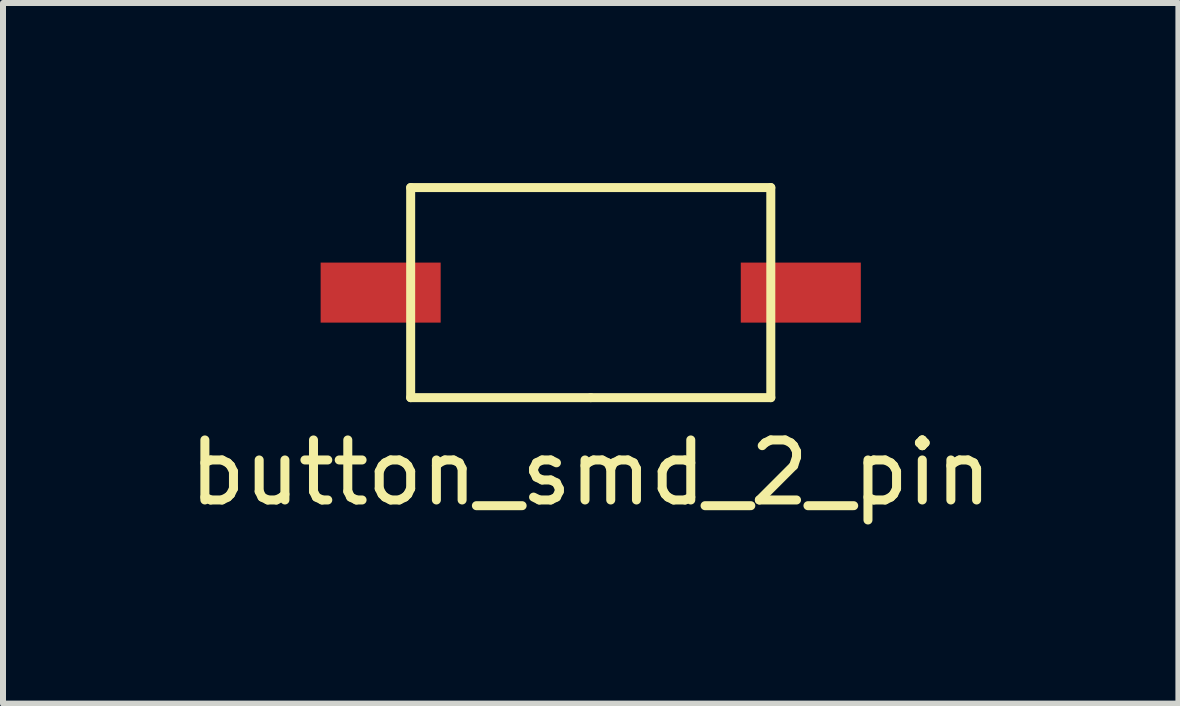
<source format=kicad_pcb>
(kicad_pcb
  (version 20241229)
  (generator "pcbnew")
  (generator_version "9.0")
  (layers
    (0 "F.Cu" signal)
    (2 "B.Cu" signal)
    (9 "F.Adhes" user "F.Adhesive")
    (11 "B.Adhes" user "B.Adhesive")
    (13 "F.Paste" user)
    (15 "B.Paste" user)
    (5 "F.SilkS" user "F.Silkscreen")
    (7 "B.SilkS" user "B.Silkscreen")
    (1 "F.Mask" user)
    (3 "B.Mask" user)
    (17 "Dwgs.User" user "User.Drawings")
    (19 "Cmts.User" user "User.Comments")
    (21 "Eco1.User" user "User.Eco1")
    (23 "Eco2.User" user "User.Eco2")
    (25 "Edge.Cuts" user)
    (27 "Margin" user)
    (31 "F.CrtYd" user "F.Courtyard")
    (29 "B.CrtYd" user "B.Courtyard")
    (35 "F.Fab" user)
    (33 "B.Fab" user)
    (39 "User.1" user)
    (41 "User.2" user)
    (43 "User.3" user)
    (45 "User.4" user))
  (footprint "button_smd_2_pin"
    (layer "F.Cu")
    (at 6.792 1.825)
    (property "Reference" "button_smd_2_pin" (at 0 3 0) (layer "F.SilkS") (effects (font (size 1 1) (thickness 0.15))))
    (attr through_hole)
    (fp_line (start -3 -1.75) (end -3 1.75) (stroke (width 0.15) (type solid)) (layer "F.SilkS"))
    (fp_line (start -3 1.75) (end 0 1.75) (stroke (width 0.15) (type solid)) (layer "F.SilkS"))
    (fp_line (start 0 1.75) (end 3 1.75) (stroke (width 0.15) (type solid)) (layer "F.SilkS"))
    (fp_line (start 3 -1.75) (end -3 -1.75) (stroke (width 0.15) (type solid)) (layer "F.SilkS"))
    (fp_line (start 3 1.75) (end 3 -1.75) (stroke (width 0.15) (type solid)) (layer "F.SilkS"))
    (pad "1" smd rect (at -3 0) (size 2 1) (drill (offset -0.5 0)) (layers "F.Cu" "F.Mask" "F.Paste"))
    (pad "2" smd rect (at 3 0) (size 2 1) (drill (offset 0.5 0)) (layers "F.Cu" "F.Mask" "F.Paste")))
  (gr_rect
    (start -3 -3)
    (end 16.583 8.673)
    (stroke (width 0.1) (type default))
    (fill no)
    (layer "Edge.Cuts")))
</source>
